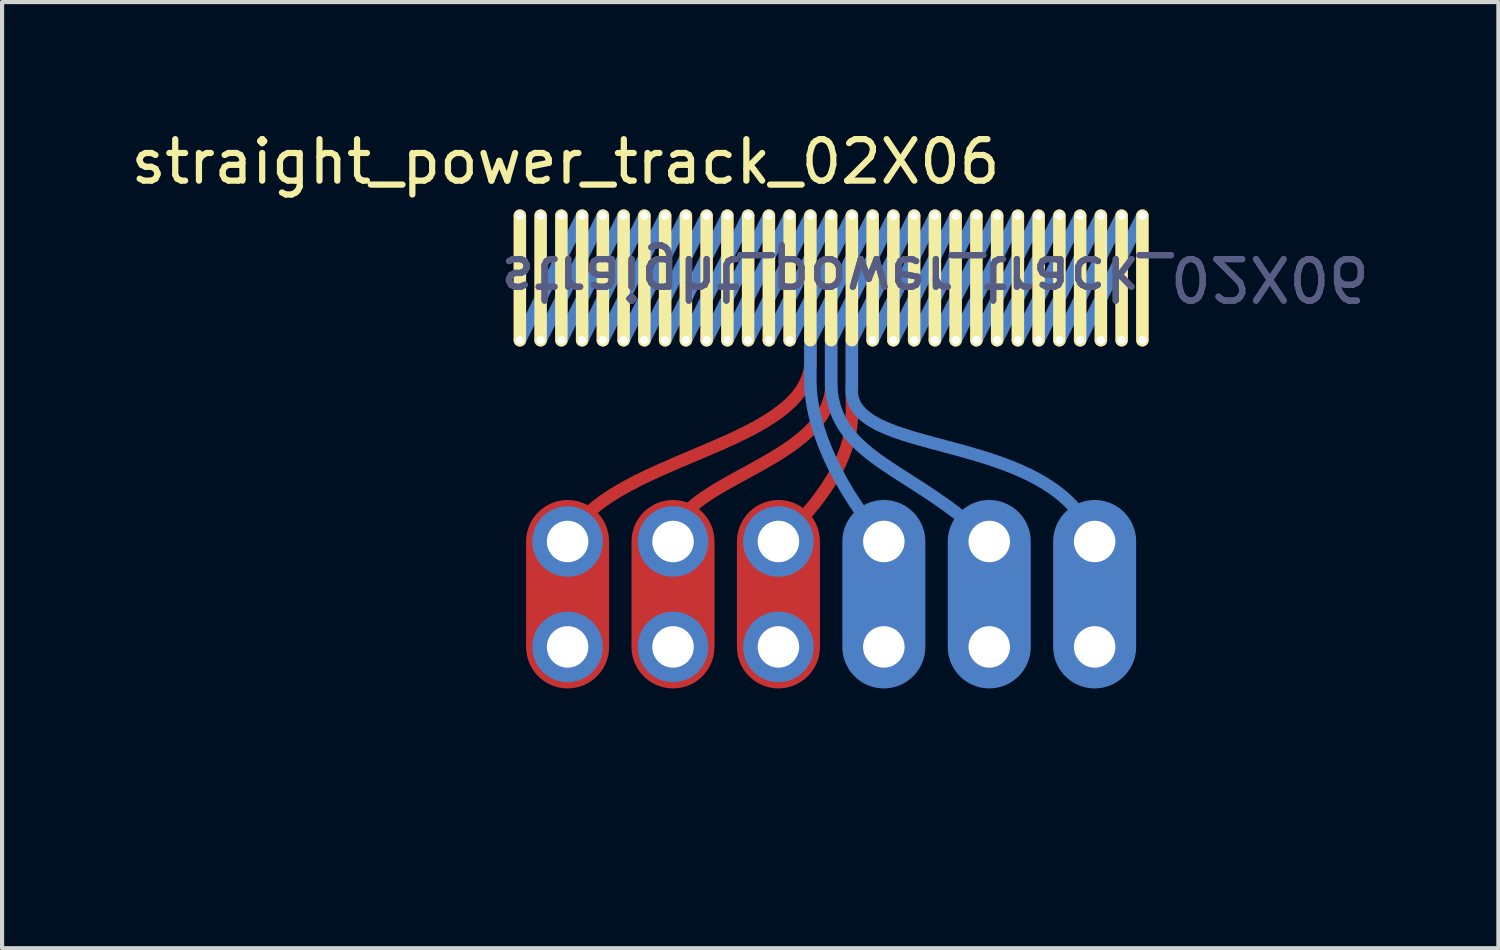
<source format=kicad_pcb>
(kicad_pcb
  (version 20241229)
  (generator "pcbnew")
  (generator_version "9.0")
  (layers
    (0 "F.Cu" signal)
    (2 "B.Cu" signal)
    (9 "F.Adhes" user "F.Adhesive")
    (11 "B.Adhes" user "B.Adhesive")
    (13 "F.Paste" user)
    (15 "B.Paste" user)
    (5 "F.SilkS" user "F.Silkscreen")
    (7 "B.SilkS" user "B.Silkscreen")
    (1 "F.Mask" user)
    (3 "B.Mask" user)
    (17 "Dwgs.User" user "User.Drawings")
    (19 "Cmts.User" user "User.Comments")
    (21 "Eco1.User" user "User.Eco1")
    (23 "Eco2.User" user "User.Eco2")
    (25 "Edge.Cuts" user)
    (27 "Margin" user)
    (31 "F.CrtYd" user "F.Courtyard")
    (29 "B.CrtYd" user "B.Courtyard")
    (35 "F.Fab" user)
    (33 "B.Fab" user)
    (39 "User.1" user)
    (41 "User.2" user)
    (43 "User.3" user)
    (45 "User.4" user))
  (footprint "straight_power_track_02X06"
    (layer "F.Cu")
    (at 16.977 3.648)
    (property "Reference" "straight_power_track_02X06" (at -6.4 -2.8 0) (unlocked yes) (layer "F.SilkS") (effects (font (size 1 1) (thickness 0.15))))
    (attr smd)
    (fp_line (start -7.5 1.5) (end -7.5 -1.5) (stroke (width 0.3) (type default)) (layer "F.Cu"))
    (fp_line (start -7 1.5) (end -7 -1.5) (stroke (width 0.3) (type default)) (layer "F.Cu"))
    (fp_line (start -6.5 1.5) (end -6.5 -1.5) (stroke (width 0.3) (type default)) (layer "F.Cu"))
    (fp_line (start -6.35 6.35) (end -6.35 8.89) (stroke (width 2) (type solid)) (layer "F.Cu"))
    (fp_line (start -6 1.5) (end -6 -1.5) (stroke (width 0.3) (type default)) (layer "F.Cu"))
    (fp_line (start -5.5 1.5) (end -5.5 -1.5) (stroke (width 0.3) (type default)) (layer "F.Cu"))
    (fp_line (start -5 1.5) (end -5 -1.5) (stroke (width 0.3) (type default)) (layer "F.Cu"))
    (fp_line (start -4.5 1.5) (end -4.5 -1.5) (stroke (width 0.3) (type default)) (layer "F.Cu"))
    (fp_line (start -4 1.5) (end -4 -1.5) (stroke (width 0.3) (type default)) (layer "F.Cu"))
    (fp_line (start -3.81 6.35) (end -3.81 8.89) (stroke (width 2) (type solid)) (layer "F.Cu"))
    (fp_line (start -3.5 1.5) (end -3.5 -1.5) (stroke (width 0.3) (type default)) (layer "F.Cu"))
    (fp_line (start -3 1.5) (end -3 -1.5) (stroke (width 0.3) (type default)) (layer "F.Cu"))
    (fp_line (start -2.5 1.5) (end -2.5 -1.5) (stroke (width 0.3) (type default)) (layer "F.Cu"))
    (fp_line (start -2 1.5) (end -2 -1.5) (stroke (width 0.3) (type default)) (layer "F.Cu"))
    (fp_line (start -1.5 1.5) (end -1.5 -1.5) (stroke (width 0.3) (type default)) (layer "F.Cu"))
    (fp_line (start -1.27 6.35) (end -1.27 8.89) (stroke (width 2) (type solid)) (layer "F.Cu"))
    (fp_line (start -1 1.5) (end -1 -1.5) (stroke (width 0.3) (type default)) (layer "F.Cu"))
    (fp_line (start -0.5 1.52) (end -0.5 -1.5) (stroke (width 0.3) (type default)) (layer "F.Cu"))
    (fp_line (start -0.5 1.52) (end -0.5 2.1) (stroke (width 0.3) (type solid)) (layer "F.Cu"))
    (fp_line (start 0 1.52) (end 0 -1.5) (stroke (width 0.3) (type default)) (layer "F.Cu"))
    (fp_line (start 0 1.52) (end 0 2.7) (stroke (width 0.3) (type solid)) (layer "F.Cu"))
    (fp_line (start 0.5 1.52) (end 0.5 -1.5) (stroke (width 0.3) (type default)) (layer "F.Cu"))
    (fp_line (start 0.5 1.52) (end 0.5 3.3) (stroke (width 0.3) (type solid)) (layer "F.Cu"))
    (fp_line (start 1 1.5) (end 1 -1.5) (stroke (width 0.3) (type default)) (layer "F.Cu"))
    (fp_line (start 1.5 1.5) (end 1.5 -1.5) (stroke (width 0.3) (type default)) (layer "F.Cu"))
    (fp_line (start 2 1.5) (end 2 -1.5) (stroke (width 0.3) (type default)) (layer "F.Cu"))
    (fp_line (start 2.5 1.5) (end 2.5 -1.5) (stroke (width 0.3) (type default)) (layer "F.Cu"))
    (fp_line (start 3 1.5) (end 3 -1.5) (stroke (width 0.3) (type default)) (layer "F.Cu"))
    (fp_line (start 3.5 1.5) (end 3.5 -1.5) (stroke (width 0.3) (type default)) (layer "F.Cu"))
    (fp_line (start 4 1.5) (end 4 -1.5) (stroke (width 0.3) (type default)) (layer "F.Cu"))
    (fp_line (start 4.5 1.5) (end 4.5 -1.5) (stroke (width 0.3) (type default)) (layer "F.Cu"))
    (fp_line (start 5 1.5) (end 5 -1.5) (stroke (width 0.3) (type default)) (layer "F.Cu"))
    (fp_line (start 5.5 1.5) (end 5.5 -1.5) (stroke (width 0.3) (type default)) (layer "F.Cu"))
    (fp_line (start 6 1.5) (end 6 -1.5) (stroke (width 0.3) (type default)) (layer "F.Cu"))
    (fp_line (start 6.5 1.5) (end 6.5 -1.5) (stroke (width 0.3) (type default)) (layer "F.Cu"))
    (fp_line (start 7 1.5) (end 7 -1.5) (stroke (width 0.3) (type default)) (layer "F.Cu"))
    (fp_line (start 7.5 1.5) (end 7.5 -1.5) (stroke (width 0.3) (type default)) (layer "F.Cu"))
    (fp_curve (pts (xy -0.5 2.1) (xy -0.7 4.1) (xy -5.499 4.349) (xy -6.35 6.35)) (stroke (width 0.3) (type solid)) (layer "F.Cu"))
    (fp_curve (pts (xy 0 2.7) (xy -0.2 4.5) (xy -3.81 4.9) (xy -3.81 6.35)) (stroke (width 0.3) (type solid)) (layer "F.Cu"))
    (fp_curve (pts (xy 0.5 3.3) (xy 0.5 4.9) (xy -1.27 6.35) (xy -1.27 6.35)) (stroke (width 0.3) (type solid)) (layer "F.Cu"))
    (fp_line (start -6 -1.5) (end -7.5 1.5) (stroke (width 0.3) (type default)) (layer "B.Cu"))
    (fp_line (start -5.5 -1.5) (end -7 1.5) (stroke (width 0.3) (type default)) (layer "B.Cu"))
    (fp_line (start -5 -1.5) (end -6.5 1.5) (stroke (width 0.3) (type default)) (layer "B.Cu"))
    (fp_line (start -4.5 -1.5) (end -6 1.5) (stroke (width 0.3) (type default)) (layer "B.Cu"))
    (fp_line (start -4 -1.5) (end -5.5 1.5) (stroke (width 0.3) (type default)) (layer "B.Cu"))
    (fp_line (start -3.5 -1.5) (end -5 1.5) (stroke (width 0.3) (type default)) (layer "B.Cu"))
    (fp_line (start -3 -1.5) (end -4.5 1.5) (stroke (width 0.3) (type default)) (layer "B.Cu"))
    (fp_line (start -2.5 -1.5) (end -4 1.5) (stroke (width 0.3) (type default)) (layer "B.Cu"))
    (fp_line (start -2 -1.5) (end -3.5 1.5) (stroke (width 0.3) (type default)) (layer "B.Cu"))
    (fp_line (start -1.5 -1.5) (end -3 1.5) (stroke (width 0.3) (type default)) (layer "B.Cu"))
    (fp_line (start -1 -1.5) (end -2.5 1.5) (stroke (width 0.3) (type default)) (layer "B.Cu"))
    (fp_line (start -0.5 -1.5) (end -2 1.5) (stroke (width 0.3) (type default)) (layer "B.Cu"))
    (fp_line (start -0.5 1.5) (end -0.5 2.6) (stroke (width 0.3) (type solid)) (layer "B.Cu"))
    (fp_line (start 0 -1.5) (end -1.5 1.5) (stroke (width 0.3) (type default)) (layer "B.Cu"))
    (fp_line (start 0 1.5) (end 0 2.6) (stroke (width 0.3) (type solid)) (layer "B.Cu"))
    (fp_line (start 0.5 -1.5) (end -1 1.5) (stroke (width 0.3) (type default)) (layer "B.Cu"))
    (fp_line (start 0.5 1.5) (end 0.5 2.6) (stroke (width 0.3) (type solid)) (layer "B.Cu"))
    (fp_line (start 1 -1.5) (end -0.5 1.5) (stroke (width 0.3) (type default)) (layer "B.Cu"))
    (fp_line (start 1.27 6.35) (end 1.27 8.89) (stroke (width 2) (type solid)) (layer "B.Cu"))
    (fp_line (start 1.5 -1.5) (end 0 1.5) (stroke (width 0.3) (type default)) (layer "B.Cu"))
    (fp_line (start 2 -1.5) (end 0.5 1.5) (stroke (width 0.3) (type default)) (layer "B.Cu"))
    (fp_line (start 2.5 -1.5) (end 1 1.5) (stroke (width 0.3) (type default)) (layer "B.Cu"))
    (fp_line (start 3 -1.5) (end 1.5 1.5) (stroke (width 0.3) (type default)) (layer "B.Cu"))
    (fp_line (start 3.5 -1.5) (end 2 1.5) (stroke (width 0.3) (type default)) (layer "B.Cu"))
    (fp_line (start 3.81 6.35) (end 3.81 8.89) (stroke (width 2) (type solid)) (layer "B.Cu"))
    (fp_line (start 4 -1.5) (end 2.5 1.5) (stroke (width 0.3) (type default)) (layer "B.Cu"))
    (fp_line (start 4.5 -1.5) (end 3 1.5) (stroke (width 0.3) (type default)) (layer "B.Cu"))
    (fp_line (start 5 -1.5) (end 3.5 1.5) (stroke (width 0.3) (type default)) (layer "B.Cu"))
    (fp_line (start 5.5 -1.5) (end 4 1.5) (stroke (width 0.3) (type default)) (layer "B.Cu"))
    (fp_line (start 6 -1.5) (end 4.5 1.5) (stroke (width 0.3) (type default)) (layer "B.Cu"))
    (fp_line (start 6.35 6.35) (end 6.35 8.89) (stroke (width 2) (type solid)) (layer "B.Cu"))
    (fp_line (start 6.5 -1.5) (end 5 1.5) (stroke (width 0.3) (type default)) (layer "B.Cu"))
    (fp_line (start 7 -1.5) (end 5.5 1.5) (stroke (width 0.3) (type default)) (layer "B.Cu"))
    (fp_line (start 7.5 -1.5) (end 6 1.5) (stroke (width 0.3) (type default)) (layer "B.Cu"))
    (fp_curve (pts (xy -0.5 2.6) (xy -0.4 4.5) (xy 1.27 6.35) (xy 1.27 6.35)) (stroke (width 0.3) (type solid)) (layer "B.Cu"))
    (fp_curve (pts (xy 0 2.6) (xy 0.1 4.4) (xy 2.066 4.606) (xy 3.81 6.35)) (stroke (width 0.3) (type solid)) (layer "B.Cu"))
    (fp_curve (pts (xy 0.5 2.6) (xy 0.3 4.4) (xy 5.357 3.6) (xy 6.35 6.35)) (stroke (width 0.3) (type solid)) (layer "B.Cu"))
    (fp_line (start -7.5 1.5) (end -7.5 -1.5) (stroke (width 0.3) (type solid)) (layer "F.SilkS"))
    (fp_line (start -7 1.5) (end -7 -1.5) (stroke (width 0.3) (type solid)) (layer "F.SilkS"))
    (fp_line (start -6.5 1.5) (end -6.5 -1.5) (stroke (width 0.3) (type solid)) (layer "F.SilkS"))
    (fp_line (start -6 1.5) (end -6 -1.5) (stroke (width 0.3) (type solid)) (layer "F.SilkS"))
    (fp_line (start -5.5 1.5) (end -5.5 -1.5) (stroke (width 0.3) (type solid)) (layer "F.SilkS"))
    (fp_line (start -5 1.5) (end -5 -1.5) (stroke (width 0.3) (type solid)) (layer "F.SilkS"))
    (fp_line (start -4.5 1.5) (end -4.5 -1.5) (stroke (width 0.3) (type solid)) (layer "F.SilkS"))
    (fp_line (start -4 1.5) (end -4 -1.5) (stroke (width 0.3) (type solid)) (layer "F.SilkS"))
    (fp_line (start -3.5 1.5) (end -3.5 -1.5) (stroke (width 0.3) (type solid)) (layer "F.SilkS"))
    (fp_line (start -3 1.5) (end -3 -1.5) (stroke (width 0.3) (type solid)) (layer "F.SilkS"))
    (fp_line (start -2.5 1.5) (end -2.5 -1.5) (stroke (width 0.3) (type solid)) (layer "F.SilkS"))
    (fp_line (start -2 1.5) (end -2 -1.5) (stroke (width 0.3) (type solid)) (layer "F.SilkS"))
    (fp_line (start -1.5 1.5) (end -1.5 -1.5) (stroke (width 0.3) (type solid)) (layer "F.SilkS"))
    (fp_line (start -1 1.5) (end -1 -1.5) (stroke (width 0.3) (type solid)) (layer "F.SilkS"))
    (fp_line (start -0.5 1.5) (end -0.5 -1.5) (stroke (width 0.3) (type solid)) (layer "F.SilkS"))
    (fp_line (start 0 1.5) (end 0 -1.5) (stroke (width 0.3) (type solid)) (layer "F.SilkS"))
    (fp_line (start 0.5 1.5) (end 0.5 -1.5) (stroke (width 0.3) (type solid)) (layer "F.SilkS"))
    (fp_line (start 1 1.5) (end 1 -1.5) (stroke (width 0.3) (type solid)) (layer "F.SilkS"))
    (fp_line (start 1.5 1.5) (end 1.5 -1.5) (stroke (width 0.3) (type solid)) (layer "F.SilkS"))
    (fp_line (start 2 1.5) (end 2 -1.5) (stroke (width 0.3) (type solid)) (layer "F.SilkS"))
    (fp_line (start 2.5 1.5) (end 2.5 -1.5) (stroke (width 0.3) (type solid)) (layer "F.SilkS"))
    (fp_line (start 3 1.5) (end 3 -1.5) (stroke (width 0.3) (type solid)) (layer "F.SilkS"))
    (fp_line (start 3.5 1.5) (end 3.5 -1.5) (stroke (width 0.3) (type solid)) (layer "F.SilkS"))
    (fp_line (start 4 1.5) (end 4 -1.5) (stroke (width 0.3) (type solid)) (layer "F.SilkS"))
    (fp_line (start 4.5 1.5) (end 4.5 -1.5) (stroke (width 0.3) (type solid)) (layer "F.SilkS"))
    (fp_line (start 5 1.5) (end 5 -1.5) (stroke (width 0.3) (type solid)) (layer "F.SilkS"))
    (fp_line (start 5.5 1.5) (end 5.5 -1.5) (stroke (width 0.3) (type solid)) (layer "F.SilkS"))
    (fp_line (start 6 1.5) (end 6 -1.5) (stroke (width 0.3) (type solid)) (layer "F.SilkS"))
    (fp_line (start 6.5 1.5) (end 6.5 -1.5) (stroke (width 0.3) (type solid)) (layer "F.SilkS"))
    (fp_line (start 7 1.5) (end 7 -1.5) (stroke (width 0.3) (type solid)) (layer "F.SilkS"))
    (fp_line (start 7.5 1.5) (end 7.5 -1.5) (stroke (width 0.3) (type solid)) (layer "F.SilkS"))
    (fp_rect (start -7.7 -0.9) (end 7.7 0.9) (stroke (width 0.12) (type solid)) (fill no) (layer "User.1"))
    (fp_rect (start 7.75 -2) (end -7.75 2) (stroke (width 0.05) (type solid)) (fill no) (layer "User.3"))
    (fp_text user "PH1" (at -0.6 9.9 90) (unlocked yes) (layer "B.Paste") (effects (font (size 1 1) (thickness 0.15)) (justify left bottom mirror)))
    (fp_text user "V+" (at 6.9 10 90) (unlocked yes) (layer "B.Paste") (effects (font (size 1 1) (thickness 0.15)) (justify left bottom mirror)))
    (fp_text user "V+" (at 1.9 10 90) (unlocked yes) (layer "B.Paste") (effects (font (size 1 1) (thickness 0.15)) (justify left bottom mirror)))
    (fp_text user "PH2" (at -3.2 9.9 90) (unlocked yes) (layer "B.Paste") (effects (font (size 1 1) (thickness 0.15)) (justify left bottom mirror)))
    (fp_text user "V+" (at 4.4 10 90) (unlocked yes) (layer "B.Paste") (effects (font (size 1 1) (thickness 0.15)) (justify left bottom mirror)))
    (fp_text user "PH3" (at -5.8 9.9 90) (unlocked yes) (layer "B.Paste") (effects (font (size 1 1) (thickness 0.15)) (justify left bottom mirror)))
    (fp_text user "${REFERENCE}" (at 2.5 0 180) (unlocked yes) (layer "B.Fab") (effects (font (size 1 1) (thickness 0.15)) (justify mirror)))
    (fp_text user "${REFERENCE}" (at 2.5 0 180) (unlocked yes) (layer "B.Fab") (effects (font (size 1 1) (thickness 0.15)) (justify mirror)))
    (pad "1" thru_hole circle (at -7.5 -1.5) (size 0.3 0.3) (drill 0.2) (layers "*.Cu" "*.Mask"))
    (pad "1" thru_hole circle (at -7.5 1.5) (size 0.3 0.3) (drill 0.2) (layers "*.Cu" "*.Mask"))
    (pad "1" thru_hole circle (at -6 -1.5) (size 0.3 0.3) (drill 0.2) (layers "*.Cu" "*.Mask"))
    (pad "1" thru_hole circle (at -6 1.5) (size 0.3 0.3) (drill 0.2) (layers "*.Cu" "*.Mask"))
    (pad "1" thru_hole circle (at -4.5 -1.5) (size 0.3 0.3) (drill 0.2) (layers "*.Cu" "*.Mask"))
    (pad "1" thru_hole circle (at -4.5 1.5) (size 0.3 0.3) (drill 0.2) (layers "*.Cu" "*.Mask"))
    (pad "1" thru_hole circle (at -3 -1.5) (size 0.3 0.3) (drill 0.2) (layers "*.Cu" "*.Mask"))
    (pad "1" thru_hole circle (at -3 1.5) (size 0.3 0.3) (drill 0.2) (layers "*.Cu" "*.Mask"))
    (pad "1" thru_hole circle (at -1.5 -1.5) (size 0.3 0.3) (drill 0.2) (layers "*.Cu" "*.Mask"))
    (pad "1" thru_hole circle (at -1.5 1.5) (size 0.3 0.3) (drill 0.2) (layers "*.Cu" "*.Mask"))
    (pad "1" thru_hole circle (at -1.27 6.35) (size 1.7 1.7) (drill 1) (layers "*.Cu" "*.Mask"))
    (pad "1" thru_hole circle (at -1.27 8.89) (size 1.7 1.7) (drill 1) (layers "*.Cu" "*.Mask"))
    (pad "1" thru_hole circle (at 0 -1.5) (size 0.3 0.3) (drill 0.2) (layers "*.Cu" "*.Mask"))
    (pad "1" thru_hole circle (at 1.5 1.5) (size 0.3 0.3) (drill 0.2) (layers "*.Cu" "*.Mask"))
    (pad "1" thru_hole circle (at 3 -1.5) (size 0.3 0.3) (drill 0.2) (layers "*.Cu" "*.Mask"))
    (pad "1" thru_hole circle (at 3 1.5) (size 0.3 0.3) (drill 0.2) (layers "*.Cu" "*.Mask"))
    (pad "1" thru_hole circle (at 4.5 -1.5) (size 0.3 0.3) (drill 0.2) (layers "*.Cu" "*.Mask"))
    (pad "1" thru_hole circle (at 4.5 1.5) (size 0.3 0.3) (drill 0.2) (layers "*.Cu" "*.Mask"))
    (pad "1" thru_hole circle (at 6 -1.5) (size 0.3 0.3) (drill 0.2) (layers "*.Cu" "*.Mask"))
    (pad "1" thru_hole circle (at 6 1.5) (size 0.3 0.3) (drill 0.2) (layers "*.Cu" "*.Mask"))
    (pad "1" thru_hole circle (at 7.5 -1.5) (size 0.3 0.3) (drill 0.2) (layers "*.Cu" "*.Mask"))
    (pad "1" thru_hole circle (at 7.5 1.5) (size 0.3 0.3) (drill 0.2) (layers "*.Cu" "*.Mask"))
    (pad "2" thru_hole circle (at -7 -1.5) (size 0.3 0.3) (drill 0.2) (layers "*.Cu" "*.Mask"))
    (pad "2" thru_hole circle (at -7 1.5) (size 0.3 0.3) (drill 0.2) (layers "*.Cu" "*.Mask"))
    (pad "2" thru_hole circle (at -5.5 -1.5) (size 0.3 0.3) (drill 0.2) (layers "*.Cu" "*.Mask"))
    (pad "2" thru_hole circle (at -5.5 1.5) (size 0.3 0.3) (drill 0.2) (layers "*.Cu" "*.Mask"))
    (pad "2" thru_hole circle (at -4 -1.5) (size 0.3 0.3) (drill 0.2) (layers "*.Cu" "*.Mask"))
    (pad "2" thru_hole circle (at -4 1.5) (size 0.3 0.3) (drill 0.2) (layers "*.Cu" "*.Mask"))
    (pad "2" thru_hole circle (at -3.81 6.35) (size 1.7 1.7) (drill 1) (layers "*.Cu" "*.Mask"))
    (pad "2" thru_hole circle (at -3.81 8.89) (size 1.7 1.7) (drill 1) (layers "*.Cu" "*.Mask"))
    (pad "2" thru_hole circle (at -2.5 -1.5) (size 0.3 0.3) (drill 0.2) (layers "*.Cu" "*.Mask"))
    (pad "2" thru_hole circle (at -2.5 1.5) (size 0.3 0.3) (drill 0.2) (layers "*.Cu" "*.Mask"))
    (pad "2" thru_hole circle (at -1 -1.5) (size 0.3 0.3) (drill 0.2) (layers "*.Cu" "*.Mask"))
    (pad "2" thru_hole circle (at -1 1.5) (size 0.3 0.3) (drill 0.2) (layers "*.Cu" "*.Mask"))
    (pad "2" thru_hole circle (at 0.5 -1.5) (size 0.3 0.3) (drill 0.2) (layers "*.Cu" "*.Mask"))
    (pad "2" thru_hole circle (at 2 1.5) (size 0.3 0.3) (drill 0.2) (layers "*.Cu" "*.Mask"))
    (pad "2" thru_hole circle (at 3.5 -1.5) (size 0.3 0.3) (drill 0.2) (layers "*.Cu" "*.Mask"))
    (pad "2" thru_hole circle (at 3.5 1.5) (size 0.3 0.3) (drill 0.2) (layers "*.Cu" "*.Mask"))
    (pad "2" thru_hole circle (at 5 -1.5) (size 0.3 0.3) (drill 0.2) (layers "*.Cu" "*.Mask"))
    (pad "2" thru_hole circle (at 5 1.5) (size 0.3 0.3) (drill 0.2) (layers "*.Cu" "*.Mask"))
    (pad "2" thru_hole circle (at 6.5 -1.5) (size 0.3 0.3) (drill 0.2) (layers "*.Cu" "*.Mask"))
    (pad "2" thru_hole circle (at 6.5 1.5) (size 0.3 0.3) (drill 0.2) (layers "*.Cu" "*.Mask"))
    (pad "3" thru_hole circle (at -6.5 -1.5) (size 0.3 0.3) (drill 0.2) (layers "*.Cu" "*.Mask"))
    (pad "3" thru_hole circle (at -6.5 1.5) (size 0.3 0.3) (drill 0.2) (layers "*.Cu" "*.Mask"))
    (pad "3" thru_hole circle (at -6.35 6.35) (size 1.7 1.7) (drill 1) (layers "*.Cu" "*.Mask"))
    (pad "3" thru_hole circle (at -6.35 8.89) (size 1.7 1.7) (drill 1) (layers "*.Cu" "*.Mask"))
    (pad "3" thru_hole circle (at -5 -1.5) (size 0.3 0.3) (drill 0.2) (layers "*.Cu" "*.Mask"))
    (pad "3" thru_hole circle (at -5 1.5) (size 0.3 0.3) (drill 0.2) (layers "*.Cu" "*.Mask"))
    (pad "3" thru_hole circle (at -3.5 -1.5) (size 0.3 0.3) (drill 0.2) (layers "*.Cu" "*.Mask"))
    (pad "3" thru_hole circle (at -3.5 1.5) (size 0.3 0.3) (drill 0.2) (layers "*.Cu" "*.Mask"))
    (pad "3" thru_hole circle (at -2 -1.5) (size 0.3 0.3) (drill 0.2) (layers "*.Cu" "*.Mask"))
    (pad "3" thru_hole circle (at -2 1.5) (size 0.3 0.3) (drill 0.2) (layers "*.Cu" "*.Mask"))
    (pad "3" thru_hole circle (at -0.5 -1.5) (size 0.3 0.3) (drill 0.2) (layers "*.Cu" "*.Mask"))
    (pad "3" thru_hole circle (at 1 1.5) (size 0.3 0.3) (drill 0.2) (layers "*.Cu" "*.Mask"))
    (pad "3" thru_hole circle (at 2.5 -1.5) (size 0.3 0.3) (drill 0.2) (layers "*.Cu" "*.Mask"))
    (pad "3" thru_hole circle (at 2.5 1.5) (size 0.3 0.3) (drill 0.2) (layers "*.Cu" "*.Mask"))
    (pad "3" thru_hole circle (at 4 -1.5) (size 0.3 0.3) (drill 0.2) (layers "*.Cu" "*.Mask"))
    (pad "3" thru_hole circle (at 4 1.5) (size 0.3 0.3) (drill 0.2) (layers "*.Cu" "*.Mask"))
    (pad "3" thru_hole circle (at 5.5 -1.5) (size 0.3 0.3) (drill 0.2) (layers "*.Cu" "*.Mask"))
    (pad "3" thru_hole circle (at 5.5 1.5) (size 0.3 0.3) (drill 0.2) (layers "*.Cu" "*.Mask"))
    (pad "3" thru_hole circle (at 7 -1.5) (size 0.3 0.3) (drill 0.2) (layers "*.Cu" "*.Mask"))
    (pad "3" thru_hole circle (at 7 1.5) (size 0.3 0.3) (drill 0.2) (layers "*.Cu" "*.Mask"))
    (pad "P" thru_hole circle (at 1 -1.5) (size 0.3 0.3) (drill 0.2) (layers "*.Cu" "*.Mask"))
    (pad "P" thru_hole circle (at 1.27 6.35) (size 1.7 1.7) (drill 1) (layers "*.Cu" "*.Mask"))
    (pad "P" thru_hole circle (at 1.27 8.89) (size 1.7 1.7) (drill 1) (layers "*.Cu" "*.Mask"))
    (pad "P" thru_hole circle (at 1.5 -1.5) (size 0.3 0.3) (drill 0.2) (layers "*.Cu" "*.Mask"))
    (pad "P" thru_hole circle (at 2 -1.5) (size 0.3 0.3) (drill 0.2) (layers "*.Cu" "*.Mask"))
    (pad "P" thru_hole circle (at 3.81 6.35) (size 1.7 1.7) (drill 1) (layers "*.Cu" "*.Mask"))
    (pad "P" thru_hole circle (at 3.81 8.89) (size 1.7 1.7) (drill 1) (layers "*.Cu" "*.Mask"))
    (pad "P" thru_hole circle (at 6.35 6.35) (size 1.7 1.7) (drill 1) (layers "*.Cu" "*.Mask"))
    (pad "P" thru_hole circle (at 6.35 8.89) (size 1.7 1.7) (drill 1) (layers "*.Cu" "*.Mask")))
  (gr_rect
    (start -3 -3)
    (end 33.055 19.798)
    (stroke (width 0.1) (type default))
    (fill no)
    (layer "Edge.Cuts")))
</source>
